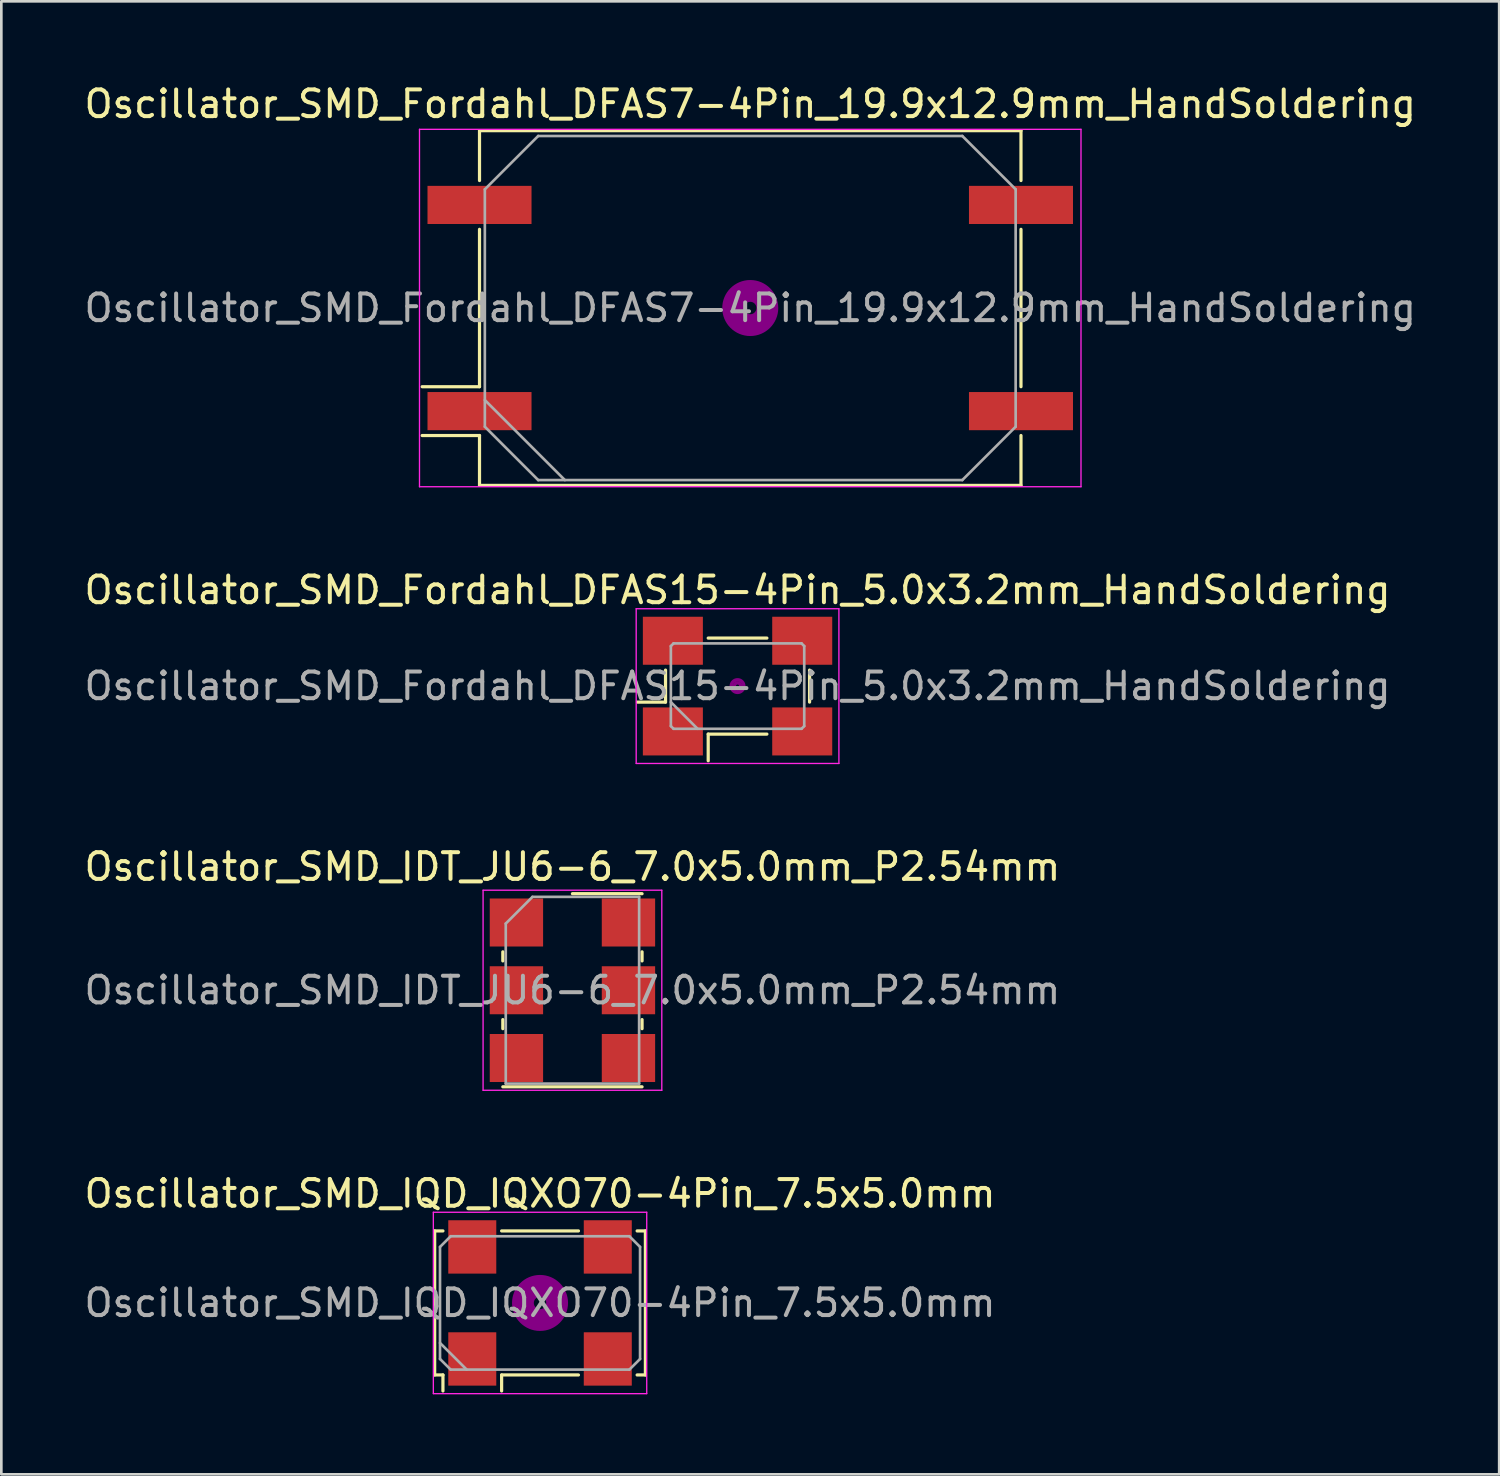
<source format=kicad_pcb>
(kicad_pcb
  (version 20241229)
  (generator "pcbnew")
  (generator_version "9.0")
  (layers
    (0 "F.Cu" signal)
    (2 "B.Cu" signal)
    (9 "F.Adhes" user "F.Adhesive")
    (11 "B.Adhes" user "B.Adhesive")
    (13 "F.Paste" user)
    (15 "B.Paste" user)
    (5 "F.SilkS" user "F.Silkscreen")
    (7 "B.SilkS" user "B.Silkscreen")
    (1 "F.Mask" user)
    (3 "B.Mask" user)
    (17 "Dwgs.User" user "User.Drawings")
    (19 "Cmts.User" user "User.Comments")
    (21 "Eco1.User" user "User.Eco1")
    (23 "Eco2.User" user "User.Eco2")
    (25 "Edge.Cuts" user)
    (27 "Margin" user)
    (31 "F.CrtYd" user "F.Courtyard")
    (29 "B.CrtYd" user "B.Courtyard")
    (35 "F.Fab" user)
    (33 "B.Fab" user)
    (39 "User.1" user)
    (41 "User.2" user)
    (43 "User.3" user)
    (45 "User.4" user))
  (footprint "Oscillator_SMD_Fordahl_DFAS15-4Pin_5.0x3.2mm_HandSoldering"
    (layer "F.Cu")
    (at 24.601 22.672)
    (property "Reference" "Oscillator_SMD_Fordahl_DFAS15-4Pin_5.0x3.2mm_HandSoldering" (at 0 -3.6 0) (layer "F.SilkS") (effects (font (size 1 1) (thickness 0.15))))
    (attr smd)
    (fp_line (start -3.75 0.6) (end -2.7 0.6) (stroke (width 0.12) (type solid)) (layer "F.SilkS"))
    (fp_line (start -2.7 0.6) (end -2.7 -0.6) (stroke (width 0.12) (type solid)) (layer "F.SilkS"))
    (fp_line (start -1.1 -1.8) (end 1.1 -1.8) (stroke (width 0.12) (type solid)) (layer "F.SilkS"))
    (fp_line (start -1.1 1.8) (end -1.1 2.8) (stroke (width 0.12) (type solid)) (layer "F.SilkS"))
    (fp_line (start 1.1 1.8) (end -1.1 1.8) (stroke (width 0.12) (type solid)) (layer "F.SilkS"))
    (fp_line (start 2.7 -0.6) (end 2.7 0.6) (stroke (width 0.12) (type solid)) (layer "F.SilkS"))
    (fp_circle (center 0 0) (end 0.058 0) (stroke (width 0.117) (type solid)) (fill no) (layer "F.Adhes"))
    (fp_circle (center 0 0) (end 0.133 0) (stroke (width 0.083) (type solid)) (fill no) (layer "F.Adhes"))
    (fp_circle (center 0 0) (end 0.208 0) (stroke (width 0.083) (type solid)) (fill no) (layer "F.Adhes"))
    (fp_circle (center 0 0) (end 0.25 0) (stroke (width 0.1) (type solid)) (fill no) (layer "F.Adhes"))
    (fp_line (start -3.8 -2.9) (end -3.8 2.9) (stroke (width 0.05) (type solid)) (layer "F.CrtYd"))
    (fp_line (start -3.8 2.9) (end 3.8 2.9) (stroke (width 0.05) (type solid)) (layer "F.CrtYd"))
    (fp_line (start 3.8 -2.9) (end -3.8 -2.9) (stroke (width 0.05) (type solid)) (layer "F.CrtYd"))
    (fp_line (start 3.8 2.9) (end 3.8 -2.9) (stroke (width 0.05) (type solid)) (layer "F.CrtYd"))
    (fp_line (start -2.5 -1.5) (end -2.4 -1.6) (stroke (width 0.1) (type solid)) (layer "F.Fab"))
    (fp_line (start -2.5 0.6) (end -1.5 1.6) (stroke (width 0.1) (type solid)) (layer "F.Fab"))
    (fp_line (start -2.5 1.5) (end -2.5 -1.5) (stroke (width 0.1) (type solid)) (layer "F.Fab"))
    (fp_line (start -2.4 -1.6) (end 2.4 -1.6) (stroke (width 0.1) (type solid)) (layer "F.Fab"))
    (fp_line (start -2.4 1.6) (end -2.5 1.5) (stroke (width 0.1) (type solid)) (layer "F.Fab"))
    (fp_line (start 2.4 -1.6) (end 2.5 -1.5) (stroke (width 0.1) (type solid)) (layer "F.Fab"))
    (fp_line (start 2.4 1.6) (end -2.4 1.6) (stroke (width 0.1) (type solid)) (layer "F.Fab"))
    (fp_line (start 2.5 -1.5) (end 2.5 1.5) (stroke (width 0.1) (type solid)) (layer "F.Fab"))
    (fp_line (start 2.5 1.5) (end 2.4 1.6) (stroke (width 0.1) (type solid)) (layer "F.Fab"))
    (fp_text user "${REFERENCE}" (at 0 0 0) (layer "F.Fab") (effects (font (size 1 1) (thickness 0.15))))
    (pad "1" smd rect (at -2.425 1.7) (size 2.25 1.8) (layers "F.Cu" "F.Mask" "F.Paste"))
    (pad "2" smd rect (at 2.425 1.7) (size 2.25 1.8) (layers "F.Cu" "F.Mask" "F.Paste"))
    (pad "3" smd rect (at 2.425 -1.7) (size 2.25 1.8) (layers "F.Cu" "F.Mask" "F.Paste"))
    (pad "4" smd rect (at -2.425 -1.7) (size 2.25 1.8) (layers "F.Cu" "F.Mask" "F.Paste")))
  (footprint "Oscillator_SMD_IQD_IQXO70-4Pin_7.5x5.0mm"
    (layer "F.Cu")
    (at 17.196 45.798)
    (property "Reference" "Oscillator_SMD_IQD_IQXO70-4Pin_7.5x5.0mm" (at 0 -4.1 0) (layer "F.SilkS") (effects (font (size 1 1) (thickness 0.15))))
    (attr smd)
    (fp_line (start -3.95 -2.7) (end -3.64 -2.7) (stroke (width 0.12) (type solid)) (layer "F.SilkS"))
    (fp_line (start -3.95 2.7) (end -3.95 -2.7) (stroke (width 0.12) (type solid)) (layer "F.SilkS"))
    (fp_line (start -3.64 2.7) (end -3.95 2.7) (stroke (width 0.12) (type solid)) (layer "F.SilkS"))
    (fp_line (start -3.64 3.3) (end -3.64 2.7) (stroke (width 0.12) (type solid)) (layer "F.SilkS"))
    (fp_line (start -1.44 -2.7) (end 1.44 -2.7) (stroke (width 0.12) (type solid)) (layer "F.SilkS"))
    (fp_line (start -1.44 2.7) (end -1.44 3.3) (stroke (width 0.12) (type solid)) (layer "F.SilkS"))
    (fp_line (start 1.44 2.7) (end -1.44 2.7) (stroke (width 0.12) (type solid)) (layer "F.SilkS"))
    (fp_line (start 3.64 -2.7) (end 3.95 -2.7) (stroke (width 0.12) (type solid)) (layer "F.SilkS"))
    (fp_line (start 3.95 -2.7) (end 3.95 2.7) (stroke (width 0.12) (type solid)) (layer "F.SilkS"))
    (fp_line (start 3.95 2.7) (end 3.64 2.7) (stroke (width 0.12) (type solid)) (layer "F.SilkS"))
    (fp_circle (center 0 0) (end 0.233 0) (stroke (width 0.467) (type solid)) (fill no) (layer "F.Adhes"))
    (fp_circle (center 0 0) (end 0.533 0) (stroke (width 0.333) (type solid)) (fill no) (layer "F.Adhes"))
    (fp_circle (center 0 0) (end 0.833 0) (stroke (width 0.333) (type solid)) (fill no) (layer "F.Adhes"))
    (fp_circle (center 0 0) (end 1 0) (stroke (width 0.1) (type solid)) (fill no) (layer "F.Adhes"))
    (fp_line (start -4 -3.4) (end -4 3.4) (stroke (width 0.05) (type solid)) (layer "F.CrtYd"))
    (fp_line (start -4 3.4) (end 4 3.4) (stroke (width 0.05) (type solid)) (layer "F.CrtYd"))
    (fp_line (start 4 -3.4) (end -4 -3.4) (stroke (width 0.05) (type solid)) (layer "F.CrtYd"))
    (fp_line (start 4 3.4) (end 4 -3.4) (stroke (width 0.05) (type solid)) (layer "F.CrtYd"))
    (fp_line (start -3.75 -2.1) (end -3.35 -2.5) (stroke (width 0.1) (type solid)) (layer "F.Fab"))
    (fp_line (start -3.75 1.5) (end -2.75 2.5) (stroke (width 0.1) (type solid)) (layer "F.Fab"))
    (fp_line (start -3.75 2.1) (end -3.75 -2.1) (stroke (width 0.1) (type solid)) (layer "F.Fab"))
    (fp_line (start -3.35 -2.5) (end 3.35 -2.5) (stroke (width 0.1) (type solid)) (layer "F.Fab"))
    (fp_line (start -3.35 2.5) (end -3.75 2.1) (stroke (width 0.1) (type solid)) (layer "F.Fab"))
    (fp_line (start 3.35 -2.5) (end 3.75 -2.1) (stroke (width 0.1) (type solid)) (layer "F.Fab"))
    (fp_line (start 3.35 2.5) (end -3.35 2.5) (stroke (width 0.1) (type solid)) (layer "F.Fab"))
    (fp_line (start 3.75 -2.1) (end 3.75 2.1) (stroke (width 0.1) (type solid)) (layer "F.Fab"))
    (fp_line (start 3.75 2.1) (end 3.35 2.5) (stroke (width 0.1) (type solid)) (layer "F.Fab"))
    (fp_text user "${REFERENCE}" (at 0 0 0) (layer "F.Fab") (effects (font (size 1 1) (thickness 0.15))))
    (pad "1" smd rect (at -2.54 2.1) (size 1.8 2) (layers "F.Cu" "F.Mask" "F.Paste"))
    (pad "2" smd rect (at 2.54 2.1) (size 1.8 2) (layers "F.Cu" "F.Mask" "F.Paste"))
    (pad "3" smd rect (at 2.54 -2.1) (size 1.8 2) (layers "F.Cu" "F.Mask" "F.Paste"))
    (pad "4" smd rect (at -2.54 -2.1) (size 1.8 2) (layers "F.Cu" "F.Mask" "F.Paste")))
  (footprint "Oscillator_SMD_Fordahl_DFAS7-4Pin_19.9x12.9mm_HandSoldering"
    (layer "F.Cu")
    (at 25.077 8.498)
    (property "Reference" "Oscillator_SMD_Fordahl_DFAS7-4Pin_19.9x12.9mm_HandSoldering" (at 0 -7.65 0) (layer "F.SilkS") (effects (font (size 1 1) (thickness 0.15))))
    (attr smd)
    (fp_line (start -12.3 2.95) (end -10.15 2.95) (stroke (width 0.12) (type solid)) (layer "F.SilkS"))
    (fp_line (start -12.3 4.78) (end -10.15 4.78) (stroke (width 0.12) (type solid)) (layer "F.SilkS"))
    (fp_line (start -10.15 -6.65) (end 10.15 -6.65) (stroke (width 0.12) (type solid)) (layer "F.SilkS"))
    (fp_line (start -10.15 -4.78) (end -10.15 -6.65) (stroke (width 0.12) (type solid)) (layer "F.SilkS"))
    (fp_line (start -10.15 2.95) (end -10.15 -2.95) (stroke (width 0.12) (type solid)) (layer "F.SilkS"))
    (fp_line (start -10.15 4.78) (end -10.15 6.65) (stroke (width 0.12) (type solid)) (layer "F.SilkS"))
    (fp_line (start -10.15 6.65) (end 10.15 6.65) (stroke (width 0.12) (type solid)) (layer "F.SilkS"))
    (fp_line (start 10.15 -6.65) (end 10.15 -4.78) (stroke (width 0.12) (type solid)) (layer "F.SilkS"))
    (fp_line (start 10.15 -2.95) (end 10.15 2.95) (stroke (width 0.12) (type solid)) (layer "F.SilkS"))
    (fp_line (start 10.15 6.65) (end 10.15 4.78) (stroke (width 0.12) (type solid)) (layer "F.SilkS"))
    (fp_circle (center 0 0) (end 0.233 0) (stroke (width 0.467) (type solid)) (fill no) (layer "F.Adhes"))
    (fp_circle (center 0 0) (end 0.533 0) (stroke (width 0.333) (type solid)) (fill no) (layer "F.Adhes"))
    (fp_circle (center 0 0) (end 0.833 0) (stroke (width 0.333) (type solid)) (fill no) (layer "F.Adhes"))
    (fp_circle (center 0 0) (end 1 0) (stroke (width 0.1) (type solid)) (fill no) (layer "F.Adhes"))
    (fp_line (start -12.4 -6.7) (end -12.4 6.7) (stroke (width 0.05) (type solid)) (layer "F.CrtYd"))
    (fp_line (start -12.4 6.7) (end 12.4 6.7) (stroke (width 0.05) (type solid)) (layer "F.CrtYd"))
    (fp_line (start 12.4 -6.7) (end -12.4 -6.7) (stroke (width 0.05) (type solid)) (layer "F.CrtYd"))
    (fp_line (start 12.4 6.7) (end 12.4 -6.7) (stroke (width 0.05) (type solid)) (layer "F.CrtYd"))
    (fp_line (start -9.95 -4.45) (end -7.95 -6.45) (stroke (width 0.1) (type solid)) (layer "F.Fab"))
    (fp_line (start -9.95 3.45) (end -6.95 6.45) (stroke (width 0.1) (type solid)) (layer "F.Fab"))
    (fp_line (start -9.95 4.45) (end -9.95 -4.45) (stroke (width 0.1) (type solid)) (layer "F.Fab"))
    (fp_line (start -7.95 -6.45) (end 7.95 -6.45) (stroke (width 0.1) (type solid)) (layer "F.Fab"))
    (fp_line (start -7.95 6.45) (end -9.95 4.45) (stroke (width 0.1) (type solid)) (layer "F.Fab"))
    (fp_line (start 7.95 -6.45) (end 9.95 -4.45) (stroke (width 0.1) (type solid)) (layer "F.Fab"))
    (fp_line (start 7.95 6.45) (end -7.95 6.45) (stroke (width 0.1) (type solid)) (layer "F.Fab"))
    (fp_line (start 9.95 -4.45) (end 9.95 4.45) (stroke (width 0.1) (type solid)) (layer "F.Fab"))
    (fp_line (start 9.95 4.45) (end 7.95 6.45) (stroke (width 0.1) (type solid)) (layer "F.Fab"))
    (fp_text user "${REFERENCE}" (at 0 0 0) (layer "F.Fab") (effects (font (size 1 1) (thickness 0.15))))
    (pad "1" smd rect (at -10.15 3.865) (size 3.9 1.43) (layers "F.Cu" "F.Mask" "F.Paste"))
    (pad "2" smd rect (at 10.15 3.865) (size 3.9 1.43) (layers "F.Cu" "F.Mask" "F.Paste"))
    (pad "3" smd rect (at 10.15 -3.865) (size 3.9 1.43) (layers "F.Cu" "F.Mask" "F.Paste"))
    (pad "4" smd rect (at -10.15 -3.865) (size 3.9 1.43) (layers "F.Cu" "F.Mask" "F.Paste")))
  (footprint "Oscillator_SMD_IDT_JU6-6_7.0x5.0mm_P2.54mm"
    (layer "F.Cu")
    (at 18.411 34.075)
    (property "Reference" "Oscillator_SMD_IDT_JU6-6_7.0x5.0mm_P2.54mm" (at 0 -4.63 0) (layer "F.SilkS") (effects (font (size 1 1) (thickness 0.15))))
    (attr smd)
    (fp_line (start -2.61 -1.1) (end -2.61 -1.44) (stroke (width 0.12) (type solid)) (layer "F.SilkS"))
    (fp_line (start -2.61 1.44) (end -2.61 1.1) (stroke (width 0.12) (type solid)) (layer "F.SilkS"))
    (fp_line (start 0 -3.62) (end 2.61 -3.62) (stroke (width 0.12) (type solid)) (layer "F.SilkS"))
    (fp_line (start 2.61 -1.44) (end 2.61 -1.1) (stroke (width 0.12) (type solid)) (layer "F.SilkS"))
    (fp_line (start 2.61 1.1) (end 2.61 1.44) (stroke (width 0.12) (type solid)) (layer "F.SilkS"))
    (fp_line (start 2.61 3.62) (end -2.61 3.62) (stroke (width 0.12) (type solid)) (layer "F.SilkS"))
    (fp_line (start -3.35 -3.75) (end -3.35 3.75) (stroke (width 0.05) (type solid)) (layer "F.CrtYd"))
    (fp_line (start -3.35 3.75) (end 3.35 3.75) (stroke (width 0.05) (type solid)) (layer "F.CrtYd"))
    (fp_line (start 3.35 -3.75) (end -3.35 -3.75) (stroke (width 0.05) (type solid)) (layer "F.CrtYd"))
    (fp_line (start 3.35 3.75) (end 3.35 -3.75) (stroke (width 0.05) (type solid)) (layer "F.CrtYd"))
    (fp_line (start -2.5 -2.5) (end -2.5 3.5) (stroke (width 0.1) (type solid)) (layer "F.Fab"))
    (fp_line (start -2.5 3.5) (end 2.5 3.5) (stroke (width 0.1) (type solid)) (layer "F.Fab"))
    (fp_line (start -1.5 -3.5) (end -2.5 -2.5) (stroke (width 0.1) (type solid)) (layer "F.Fab"))
    (fp_line (start 2.5 -3.5) (end -1.5 -3.5) (stroke (width 0.1) (type solid)) (layer "F.Fab"))
    (fp_line (start 2.5 3.5) (end 2.5 -3.5) (stroke (width 0.1) (type solid)) (layer "F.Fab"))
    (fp_text user "${REFERENCE}" (at 0 0 0) (layer "F.Fab") (effects (font (size 1 1) (thickness 0.15))))
    (pad "1" smd rect (at -2.1 -2.54 270) (size 1.8 2) (layers "F.Cu" "F.Mask" "F.Paste"))
    (pad "2" smd rect (at -2.1 0 270) (size 1.8 2) (layers "F.Cu" "F.Mask" "F.Paste"))
    (pad "3" smd rect (at -2.1 2.54 270) (size 1.8 2) (layers "F.Cu" "F.Mask" "F.Paste"))
    (pad "4" smd rect (at 2.1 2.54 270) (size 1.8 2) (layers "F.Cu" "F.Mask" "F.Paste"))
    (pad "5" smd rect (at 2.1 0 270) (size 1.8 2) (layers "F.Cu" "F.Mask" "F.Paste"))
    (pad "6" smd rect (at 2.1 -2.54 270) (size 1.8 2) (layers "F.Cu" "F.Mask" "F.Paste")))
  (gr_rect
    (start -3 -3)
    (end 53.155 52.223)
    (stroke (width 0.1) (type default))
    (fill no)
    (layer "Edge.Cuts")))
</source>
